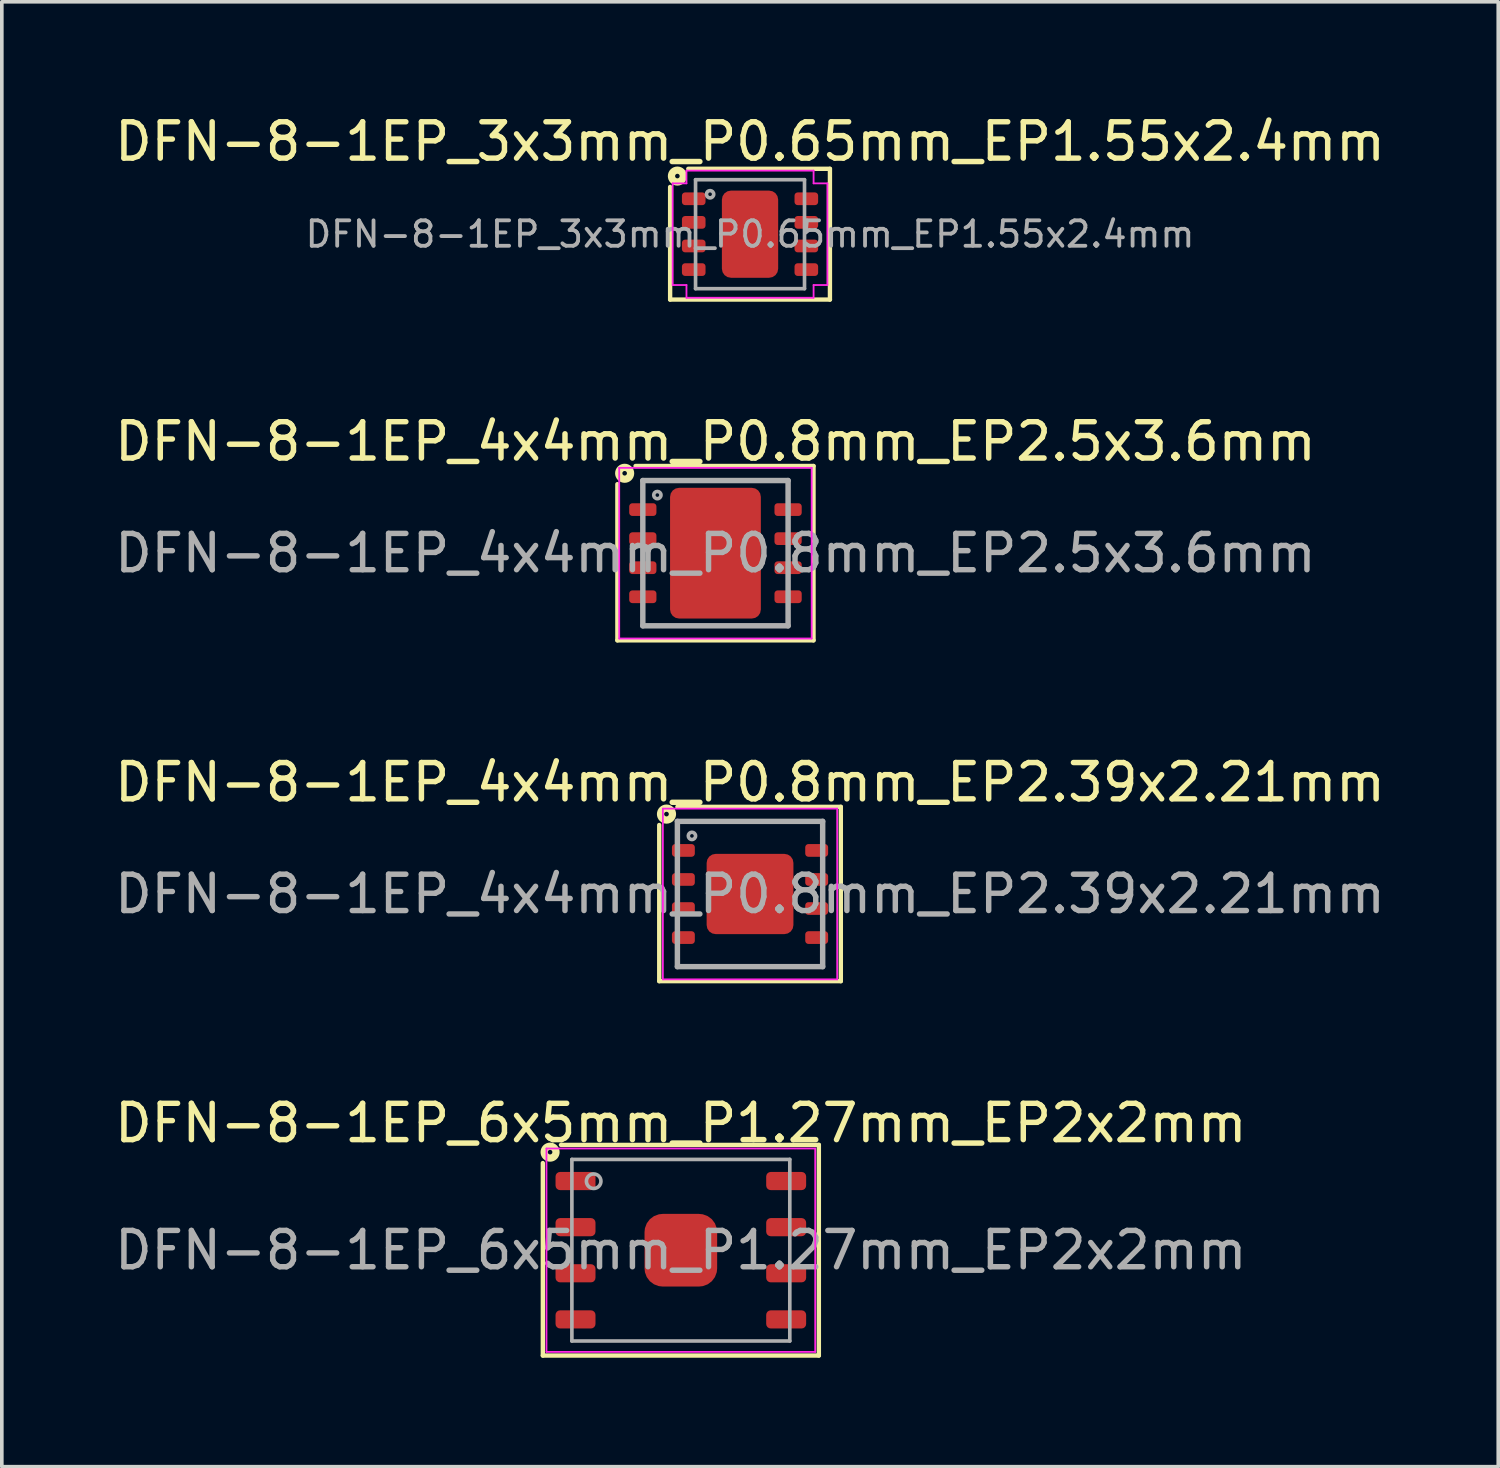
<source format=kicad_pcb>
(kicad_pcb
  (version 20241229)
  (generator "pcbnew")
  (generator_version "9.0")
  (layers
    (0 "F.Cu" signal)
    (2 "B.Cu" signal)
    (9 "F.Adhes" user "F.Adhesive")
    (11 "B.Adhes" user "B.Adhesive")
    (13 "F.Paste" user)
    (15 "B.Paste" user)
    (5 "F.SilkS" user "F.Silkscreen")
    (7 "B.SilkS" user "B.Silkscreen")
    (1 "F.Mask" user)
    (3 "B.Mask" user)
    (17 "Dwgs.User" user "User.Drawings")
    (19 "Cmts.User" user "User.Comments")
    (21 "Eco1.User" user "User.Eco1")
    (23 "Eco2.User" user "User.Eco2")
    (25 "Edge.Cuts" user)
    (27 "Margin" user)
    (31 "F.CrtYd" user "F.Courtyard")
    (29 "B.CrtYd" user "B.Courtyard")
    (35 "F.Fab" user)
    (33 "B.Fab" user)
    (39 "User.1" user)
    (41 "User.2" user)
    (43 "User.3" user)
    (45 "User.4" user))
  (footprint "DFN-8-1EP_4x4mm_P0.8mm_EP2.5x3.6mm"
    (layer "F.Cu")
    (at 16.649 12.181)
    (property "Reference" "DFN-8-1EP_4x4mm_P0.8mm_EP2.5x3.6mm" (at 0 -3.075 0) (layer "F.SilkS") (effects (font (size 1 1) (thickness 0.15))))
    (attr smd)
    (fp_line (start -2.7 2.4) (end -2.7 -1.9) (stroke (width 0.12) (type solid)) (layer "F.SilkS"))
    (fp_line (start -2.2 -2.4) (end 2.7 -2.4) (stroke (width 0.12) (type solid)) (layer "F.SilkS"))
    (fp_line (start 2.7 -2.4) (end 2.7 2.4) (stroke (width 0.12) (type solid)) (layer "F.SilkS"))
    (fp_line (start 2.7 2.4) (end -2.7 2.4) (stroke (width 0.12) (type solid)) (layer "F.SilkS"))
    (fp_circle (center -2.5 -2.2) (end -2.437 -2.2) (stroke (width 0.2) (type solid)) (fill no) (layer "F.SilkS"))
    (fp_line (start -2.65 -2.35) (end -2.65 2.35) (stroke (width 0.05) (type solid)) (layer "F.CrtYd"))
    (fp_line (start -2.65 -2.35) (end 2.65 -2.35) (stroke (width 0.05) (type solid)) (layer "F.CrtYd"))
    (fp_line (start -2.65 2.35) (end 2.65 2.35) (stroke (width 0.05) (type solid)) (layer "F.CrtYd"))
    (fp_line (start 2.65 -2.35) (end 2.65 2.35) (stroke (width 0.05) (type solid)) (layer "F.CrtYd"))
    (fp_line (start -2 -2) (end 2 -2) (stroke (width 0.15) (type solid)) (layer "F.Fab"))
    (fp_line (start -2 2) (end -2 -2) (stroke (width 0.15) (type solid)) (layer "F.Fab"))
    (fp_line (start 2 -2) (end 2 2) (stroke (width 0.15) (type solid)) (layer "F.Fab"))
    (fp_line (start 2 2) (end -2 2) (stroke (width 0.15) (type solid)) (layer "F.Fab"))
    (fp_circle (center -1.6 -1.6) (end -1.5 -1.6) (stroke (width 0.1) (type solid)) (fill no) (layer "F.Fab"))
    (fp_text user "${REFERENCE}" (at 0 0 0) (layer "F.Fab") (effects (font (size 1 1) (thickness 0.15))))
    (pad "" smd roundrect (at -0.625 -1.2) (size 1 1) (layers "F.Paste") (roundrect_rratio 0.25))
    (pad "" smd roundrect (at -0.625 0) (size 1 1) (layers "F.Paste") (roundrect_rratio 0.25))
    (pad "" smd roundrect (at -0.625 1.2) (size 1 1) (layers "F.Paste") (roundrect_rratio 0.25))
    (pad "" smd roundrect (at 0.625 -1.2) (size 1 1) (layers "F.Paste") (roundrect_rratio 0.25))
    (pad "" smd roundrect (at 0.625 0) (size 1 1) (layers "F.Paste") (roundrect_rratio 0.25))
    (pad "" smd roundrect (at 0.625 1.2) (size 1 1) (layers "F.Paste") (roundrect_rratio 0.25))
    (pad "1" smd roundrect (at -2 -1.2) (size 0.75 0.35) (layers "F.Cu" "F.Mask" "F.Paste") (roundrect_rratio 0.25))
    (pad "2" smd roundrect (at -2 -0.4) (size 0.75 0.35) (layers "F.Cu" "F.Mask" "F.Paste") (roundrect_rratio 0.25))
    (pad "3" smd roundrect (at -2 0.4) (size 0.75 0.35) (layers "F.Cu" "F.Mask" "F.Paste") (roundrect_rratio 0.25))
    (pad "4" smd roundrect (at -2 1.2) (size 0.75 0.35) (layers "F.Cu" "F.Mask" "F.Paste") (roundrect_rratio 0.25))
    (pad "5" smd roundrect (at 2 1.2) (size 0.75 0.35) (layers "F.Cu" "F.Mask" "F.Paste") (roundrect_rratio 0.25))
    (pad "6" smd roundrect (at 2 0.4) (size 0.75 0.35) (layers "F.Cu" "F.Mask" "F.Paste") (roundrect_rratio 0.25))
    (pad "7" smd roundrect (at 2 -0.4) (size 0.75 0.35) (layers "F.Cu" "F.Mask" "F.Paste") (roundrect_rratio 0.25))
    (pad "8" smd roundrect (at 2 -1.2) (size 0.75 0.35) (layers "F.Cu" "F.Mask" "F.Paste") (roundrect_rratio 0.25))
    (pad "9" smd roundrect (at 0 0) (size 2.5 3.6) (layers "F.Cu" "F.Mask") (roundrect_rratio 0.1)))
  (footprint "DFN-8-1EP_3x3mm_P0.65mm_EP1.55x2.4mm"
    (layer "F.Cu")
    (at 17.601 3.398)
    (property "Reference" "DFN-8-1EP_3x3mm_P0.65mm_EP1.55x2.4mm" (at 0 -2.55 0) (layer "F.SilkS") (effects (font (size 1 1) (thickness 0.15))))
    (attr smd)
    (fp_line (start -2.2 1.8) (end -2.2 -1.3) (stroke (width 0.12) (type solid)) (layer "F.SilkS"))
    (fp_line (start -1.7 -1.8) (end 2.2 -1.8) (stroke (width 0.12) (type solid)) (layer "F.SilkS"))
    (fp_line (start 2.2 -1.8) (end 2.2 1.8) (stroke (width 0.12) (type solid)) (layer "F.SilkS"))
    (fp_line (start 2.2 1.8) (end -2.2 1.8) (stroke (width 0.12) (type solid)) (layer "F.SilkS"))
    (fp_circle (center -2 -1.6) (end -1.937 -1.6) (stroke (width 0.2) (type solid)) (fill no) (layer "F.SilkS"))
    (fp_line (start -2.13 -1.4) (end -2.13 1.4) (stroke (width 0.05) (type solid)) (layer "F.CrtYd"))
    (fp_line (start -1.75 -1.75) (end -1.75 -1.4) (stroke (width 0.05) (type solid)) (layer "F.CrtYd"))
    (fp_line (start -1.75 -1.75) (end 1.75 -1.75) (stroke (width 0.05) (type solid)) (layer "F.CrtYd"))
    (fp_line (start -1.75 -1.4) (end -2.13 -1.4) (stroke (width 0.05) (type solid)) (layer "F.CrtYd"))
    (fp_line (start -1.75 1.4) (end -2.13 1.4) (stroke (width 0.05) (type solid)) (layer "F.CrtYd"))
    (fp_line (start -1.75 1.75) (end -1.75 1.4) (stroke (width 0.05) (type solid)) (layer "F.CrtYd"))
    (fp_line (start -1.75 1.75) (end 1.75 1.75) (stroke (width 0.05) (type solid)) (layer "F.CrtYd"))
    (fp_line (start 1.75 -1.75) (end 1.75 -1.4) (stroke (width 0.05) (type solid)) (layer "F.CrtYd"))
    (fp_line (start 1.75 -1.4) (end 2.13 -1.4) (stroke (width 0.05) (type solid)) (layer "F.CrtYd"))
    (fp_line (start 1.75 1.4) (end 2.13 1.4) (stroke (width 0.05) (type solid)) (layer "F.CrtYd"))
    (fp_line (start 1.75 1.75) (end 1.75 1.4) (stroke (width 0.05) (type solid)) (layer "F.CrtYd"))
    (fp_line (start 2.13 -1.4) (end 2.13 1.4) (stroke (width 0.05) (type solid)) (layer "F.CrtYd"))
    (fp_line (start -1.5 -1.5) (end 1.5 -1.5) (stroke (width 0.1) (type solid)) (layer "F.Fab"))
    (fp_line (start -1.5 1.5) (end -1.5 -1.5) (stroke (width 0.1) (type solid)) (layer "F.Fab"))
    (fp_line (start 1.5 -1.5) (end 1.5 1.5) (stroke (width 0.1) (type solid)) (layer "F.Fab"))
    (fp_line (start 1.5 1.5) (end -1.5 1.5) (stroke (width 0.1) (type solid)) (layer "F.Fab"))
    (fp_circle (center -1.1 -1.1) (end -1 -1.1) (stroke (width 0.1) (type solid)) (fill no) (layer "F.Fab"))
    (fp_text user "${REFERENCE}" (at 0 0 0) (layer "F.Fab") (effects (font (size 0.7 0.7) (thickness 0.105))))
    (pad "" smd roundrect (at -0.388 -0.6) (size 0.6 1) (layers "F.Paste") (roundrect_rratio 0.25))
    (pad "" smd roundrect (at -0.388 0.6) (size 0.6 1) (layers "F.Paste") (roundrect_rratio 0.25))
    (pad "" smd roundrect (at 0.388 -0.6) (size 0.6 1) (layers "F.Paste") (roundrect_rratio 0.25))
    (pad "" smd roundrect (at 0.388 0.6) (size 0.6 1) (layers "F.Paste") (roundrect_rratio 0.25))
    (pad "1" smd roundrect (at -1.55 -0.975) (size 0.65 0.35) (layers "F.Cu" "F.Mask" "F.Paste") (roundrect_rratio 0.25))
    (pad "2" smd roundrect (at -1.55 -0.325) (size 0.65 0.35) (layers "F.Cu" "F.Mask" "F.Paste") (roundrect_rratio 0.25))
    (pad "3" smd roundrect (at -1.55 0.325) (size 0.65 0.35) (layers "F.Cu" "F.Mask" "F.Paste") (roundrect_rratio 0.25))
    (pad "4" smd roundrect (at -1.55 0.975) (size 0.65 0.35) (layers "F.Cu" "F.Mask" "F.Paste") (roundrect_rratio 0.25))
    (pad "5" smd roundrect (at 1.55 0.975) (size 0.65 0.35) (layers "F.Cu" "F.Mask" "F.Paste") (roundrect_rratio 0.25))
    (pad "6" smd roundrect (at 1.55 0.325) (size 0.65 0.35) (layers "F.Cu" "F.Mask" "F.Paste") (roundrect_rratio 0.25))
    (pad "7" smd roundrect (at 1.55 -0.325) (size 0.65 0.35) (layers "F.Cu" "F.Mask" "F.Paste") (roundrect_rratio 0.25))
    (pad "8" smd roundrect (at 1.55 -0.975) (size 0.65 0.35) (layers "F.Cu" "F.Mask" "F.Paste") (roundrect_rratio 0.25))
    (pad "9" smd roundrect (at 0 0) (size 1.55 2.4) (layers "F.Cu" "F.Mask") (roundrect_rratio 0.161)))
  (footprint "DFN-8-1EP_6x5mm_P1.27mm_EP2x2mm"
    (layer "F.Cu")
    (at 15.696 31.373)
    (property "Reference" "DFN-8-1EP_6x5mm_P1.27mm_EP2x2mm" (at 0 -3.5 0) (layer "F.SilkS") (effects (font (size 1 1) (thickness 0.15))))
    (attr smd)
    (fp_line (start -3.8 -2.4) (end -3.8 2.9) (stroke (width 0.12) (type solid)) (layer "F.SilkS"))
    (fp_line (start -3.8 2.9) (end 3.8 2.9) (stroke (width 0.12) (type solid)) (layer "F.SilkS"))
    (fp_line (start 3.8 -2.9) (end -3.3 -2.9) (stroke (width 0.12) (type solid)) (layer "F.SilkS"))
    (fp_line (start 3.8 2.9) (end 3.8 -2.9) (stroke (width 0.12) (type solid)) (layer "F.SilkS"))
    (fp_circle (center -3.6 -2.7) (end -3.537 -2.7) (stroke (width 0.2) (type solid)) (fill no) (layer "F.SilkS"))
    (fp_line (start -3.7 -2.8) (end 3.7 -2.8) (stroke (width 0.05) (type solid)) (layer "F.CrtYd"))
    (fp_line (start -3.7 2.8) (end -3.7 -2.8) (stroke (width 0.05) (type solid)) (layer "F.CrtYd"))
    (fp_line (start 3.7 -2.8) (end 3.7 2.8) (stroke (width 0.05) (type solid)) (layer "F.CrtYd"))
    (fp_line (start 3.7 2.8) (end -3.7 2.8) (stroke (width 0.05) (type solid)) (layer "F.CrtYd"))
    (fp_line (start -3 -2.5) (end 3 -2.5) (stroke (width 0.1) (type solid)) (layer "F.Fab"))
    (fp_line (start -3 2.5) (end -3 -2.5) (stroke (width 0.1) (type solid)) (layer "F.Fab"))
    (fp_line (start 3 -2.5) (end 3 2.5) (stroke (width 0.1) (type solid)) (layer "F.Fab"))
    (fp_line (start 3 2.5) (end -3 2.5) (stroke (width 0.1) (type solid)) (layer "F.Fab"))
    (fp_circle (center -2.4 -1.9) (end -2.2 -1.9) (stroke (width 0.1) (type solid)) (fill no) (layer "F.Fab"))
    (fp_text user "${REFERENCE}" (at 0 0 0) (layer "F.Fab") (effects (font (size 1 1) (thickness 0.15))))
    (pad "" smd roundrect (at -0.5 -0.5 270) (size 0.8 0.8) (layers "F.Paste") (roundrect_rratio 0.25))
    (pad "" smd roundrect (at -0.5 0.5 270) (size 0.8 0.8) (layers "F.Paste") (roundrect_rratio 0.25))
    (pad "" smd roundrect (at 0.5 -0.5 270) (size 0.8 0.8) (layers "F.Paste") (roundrect_rratio 0.25))
    (pad "" smd roundrect (at 0.5 0.5 270) (size 0.8 0.8) (layers "F.Paste") (roundrect_rratio 0.25))
    (pad "1" smd roundrect (at -2.9 -1.905 270) (size 0.5 1.1) (layers "F.Cu" "F.Mask" "F.Paste") (roundrect_rratio 0.25))
    (pad "2" smd roundrect (at -2.9 -0.635 270) (size 0.5 1.1) (layers "F.Cu" "F.Mask" "F.Paste") (roundrect_rratio 0.25))
    (pad "3" smd roundrect (at -2.9 0.635 270) (size 0.5 1.1) (layers "F.Cu" "F.Mask" "F.Paste") (roundrect_rratio 0.25))
    (pad "4" smd roundrect (at -2.9 1.905 270) (size 0.5 1.1) (layers "F.Cu" "F.Mask" "F.Paste") (roundrect_rratio 0.25))
    (pad "5" smd roundrect (at 2.9 1.905 270) (size 0.5 1.1) (layers "F.Cu" "F.Mask" "F.Paste") (roundrect_rratio 0.25))
    (pad "6" smd roundrect (at 2.9 0.635 270) (size 0.5 1.1) (layers "F.Cu" "F.Mask" "F.Paste") (roundrect_rratio 0.25))
    (pad "7" smd roundrect (at 2.9 -0.635 270) (size 0.5 1.1) (layers "F.Cu" "F.Mask" "F.Paste") (roundrect_rratio 0.25))
    (pad "8" smd roundrect (at 2.9 -1.905 270) (size 0.5 1.1) (layers "F.Cu" "F.Mask" "F.Paste") (roundrect_rratio 0.25))
    (pad "9" smd roundrect (at 0 0 270) (size 2 2) (layers "F.Cu" "F.Mask") (roundrect_rratio 0.25)))
  (footprint "DFN-8-1EP_4x4mm_P0.8mm_EP2.39x2.21mm"
    (layer "F.Cu")
    (at 17.601 21.565)
    (property "Reference" "DFN-8-1EP_4x4mm_P0.8mm_EP2.39x2.21mm" (at 0 -3.075 0) (layer "F.SilkS") (effects (font (size 1 1) (thickness 0.15))))
    (attr smd)
    (fp_line (start -2.5 2.4) (end -2.5 -1.9) (stroke (width 0.12) (type solid)) (layer "F.SilkS"))
    (fp_line (start -2 -2.4) (end 2.5 -2.4) (stroke (width 0.12) (type solid)) (layer "F.SilkS"))
    (fp_line (start 2.5 -2.4) (end 2.5 2.4) (stroke (width 0.12) (type solid)) (layer "F.SilkS"))
    (fp_line (start 2.5 2.4) (end -2.5 2.4) (stroke (width 0.12) (type solid)) (layer "F.SilkS"))
    (fp_circle (center -2.3 -2.2) (end -2.236 -2.2) (stroke (width 0.2) (type solid)) (fill no) (layer "F.SilkS"))
    (fp_line (start -2.4 -2.35) (end -2.4 2.35) (stroke (width 0.05) (type solid)) (layer "F.CrtYd"))
    (fp_line (start -2.4 -2.35) (end 2.4 -2.35) (stroke (width 0.05) (type solid)) (layer "F.CrtYd"))
    (fp_line (start -2.4 2.35) (end 2.4 2.35) (stroke (width 0.05) (type solid)) (layer "F.CrtYd"))
    (fp_line (start 2.4 -2.35) (end 2.4 2.35) (stroke (width 0.05) (type solid)) (layer "F.CrtYd"))
    (fp_line (start -2 -2) (end 2 -2) (stroke (width 0.15) (type solid)) (layer "F.Fab"))
    (fp_line (start -2 2) (end -2 -2) (stroke (width 0.15) (type solid)) (layer "F.Fab"))
    (fp_line (start 2 -2) (end 2 2) (stroke (width 0.15) (type solid)) (layer "F.Fab"))
    (fp_line (start 2 2) (end -2 2) (stroke (width 0.15) (type solid)) (layer "F.Fab"))
    (fp_circle (center -1.6 -1.6) (end -1.5 -1.6) (stroke (width 0.1) (type solid)) (fill no) (layer "F.Fab"))
    (fp_text user "${REFERENCE}" (at 0 0 0) (layer "F.Fab") (effects (font (size 1 1) (thickness 0.15))))
    (pad "" smd roundrect (at -0.598 -0.552) (size 0.83 0.77) (layers "F.Paste") (roundrect_rratio 0.25))
    (pad "" smd roundrect (at -0.598 0.552) (size 0.83 0.77) (layers "F.Paste") (roundrect_rratio 0.25))
    (pad "" smd roundrect (at 0.598 -0.552) (size 0.83 0.77) (layers "F.Paste") (roundrect_rratio 0.25))
    (pad "" smd roundrect (at 0.598 0.552) (size 0.83 0.77) (layers "F.Paste") (roundrect_rratio 0.25))
    (pad "1" smd roundrect (at -1.835 -1.2) (size 0.63 0.35) (layers "F.Cu" "F.Mask" "F.Paste") (roundrect_rratio 0.25))
    (pad "2" smd roundrect (at -1.835 -0.4) (size 0.63 0.35) (layers "F.Cu" "F.Mask" "F.Paste") (roundrect_rratio 0.25))
    (pad "3" smd roundrect (at -1.835 0.4) (size 0.63 0.35) (layers "F.Cu" "F.Mask" "F.Paste") (roundrect_rratio 0.25))
    (pad "4" smd roundrect (at -1.835 1.2) (size 0.63 0.35) (layers "F.Cu" "F.Mask" "F.Paste") (roundrect_rratio 0.25))
    (pad "5" smd roundrect (at 1.835 1.2) (size 0.63 0.35) (layers "F.Cu" "F.Mask" "F.Paste") (roundrect_rratio 0.25))
    (pad "6" smd roundrect (at 1.835 0.4) (size 0.63 0.35) (layers "F.Cu" "F.Mask" "F.Paste") (roundrect_rratio 0.25))
    (pad "7" smd roundrect (at 1.835 -0.4) (size 0.63 0.35) (layers "F.Cu" "F.Mask" "F.Paste") (roundrect_rratio 0.25))
    (pad "8" smd roundrect (at 1.835 -1.2) (size 0.63 0.35) (layers "F.Cu" "F.Mask" "F.Paste") (roundrect_rratio 0.25))
    (pad "9" smd roundrect (at 0 0) (size 2.39 2.21) (layers "F.Cu" "F.Mask") (roundrect_rratio 0.113)))
  (gr_rect
    (start -3 -3)
    (end 38.202 37.333)
    (stroke (width 0.1) (type default))
    (fill no)
    (layer "Edge.Cuts")))
</source>
